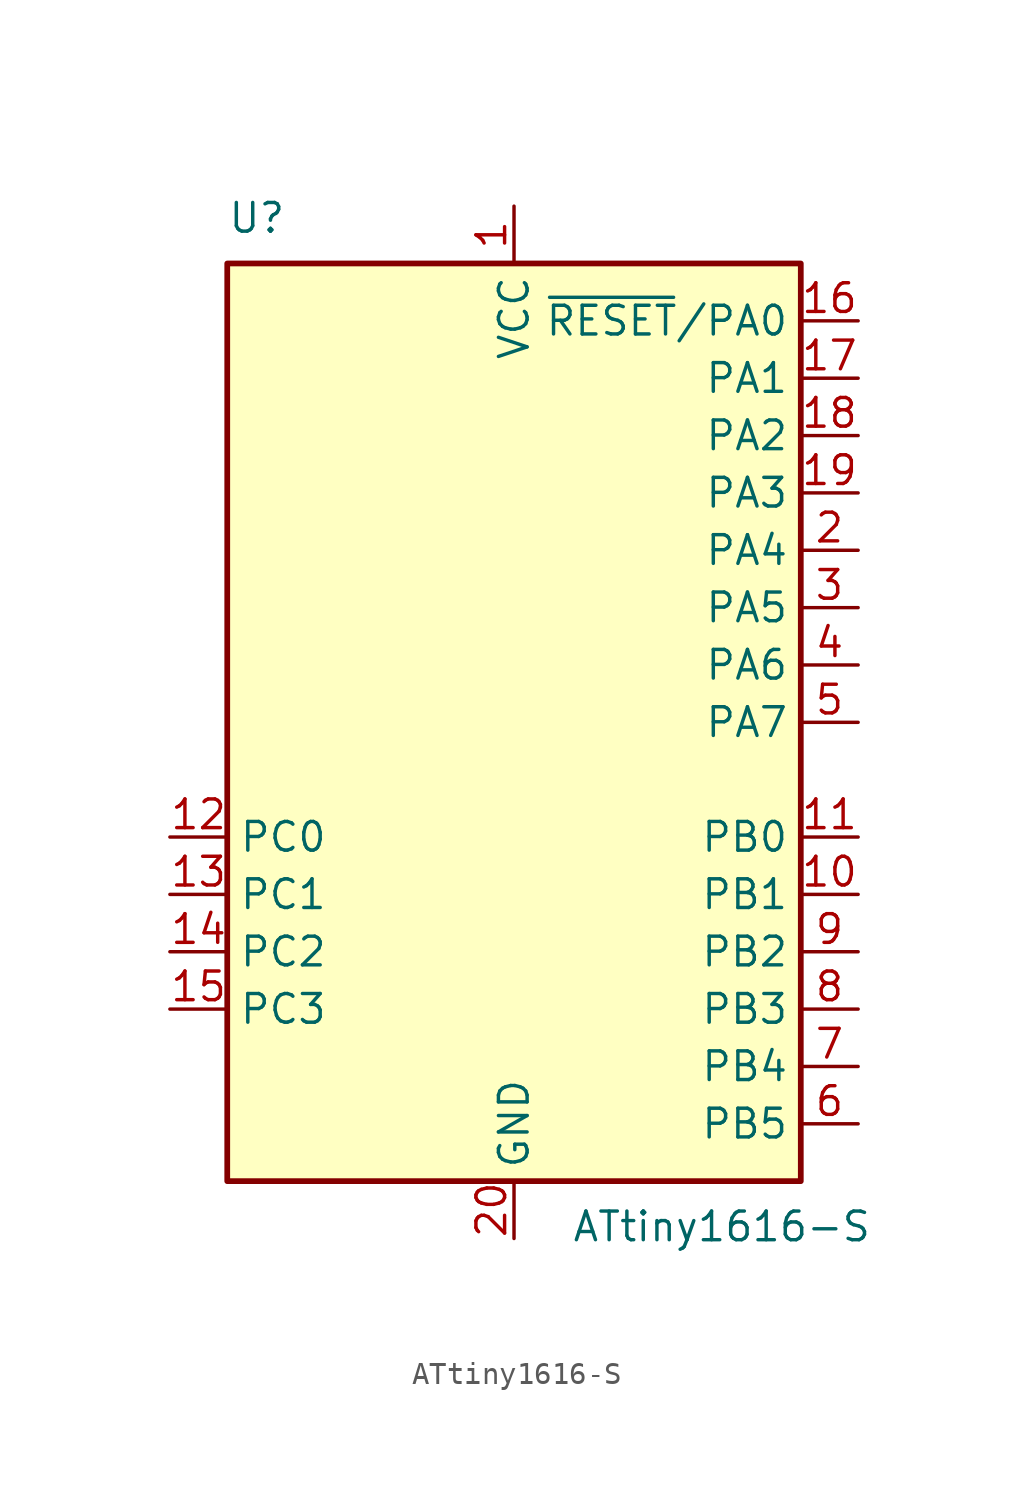
<source format=kicad_sym>
(kicad_symbol_lib
  (version 20241209)
  (generator "kicad_symbol_editor")
  (generator_version "9.0")
  (symbol "ATtiny1616-S"
    (property "Reference" "U"
      (at -12.7 21.59 0)
      (effects (font (size 1.27 1.27)) (justify left bottom)))
    (property "Value" "ATtiny1616-S"
      (at 2.54 -21.59 0)
      (effects (font (size 1.27 1.27)) (justify left top)))
    (symbol "ATtiny1616-S_0_1"
      (rectangle (start -12.7 -20.32) (end 12.7 20.32) (stroke (width 0.254) (type default)) (fill (type background))))
    (symbol "ATtiny1616-S_1_1"
      (pin bidirectional line (at -15.24 -5.08 0) (length 2.54) (name "PC0" (effects (font (size 1.27 1.27)))) (number "12" (effects (font (size 1.27 1.27)))))
      (pin bidirectional line (at -15.24 -7.62 0) (length 2.54) (name "PC1" (effects (font (size 1.27 1.27)))) (number "13" (effects (font (size 1.27 1.27)))))
      (pin bidirectional line (at -15.24 -10.16 0) (length 2.54) (name "PC2" (effects (font (size 1.27 1.27)))) (number "14" (effects (font (size 1.27 1.27)))))
      (pin bidirectional line (at -15.24 -12.7 0) (length 2.54) (name "PC3" (effects (font (size 1.27 1.27)))) (number "15" (effects (font (size 1.27 1.27)))))
      (pin power_in line (at 0 22.86 270) (length 2.54) (name "VCC" (effects (font (size 1.27 1.27)))) (number "1" (effects (font (size 1.27 1.27)))))
      (pin power_in line (at 0 -22.86 90) (length 2.54) (name "GND" (effects (font (size 1.27 1.27)))) (number "20" (effects (font (size 1.27 1.27)))))
      (pin bidirectional line (at 15.24 17.78 180) (length 2.54) (name "~{RESET}/PA0" (effects (font (size 1.27 1.27)))) (number "16" (effects (font (size 1.27 1.27)))))
      (pin bidirectional line (at 15.24 15.24 180) (length 2.54) (name "PA1" (effects (font (size 1.27 1.27)))) (number "17" (effects (font (size 1.27 1.27)))))
      (pin bidirectional line (at 15.24 12.7 180) (length 2.54) (name "PA2" (effects (font (size 1.27 1.27)))) (number "18" (effects (font (size 1.27 1.27)))))
      (pin bidirectional line (at 15.24 10.16 180) (length 2.54) (name "PA3" (effects (font (size 1.27 1.27)))) (number "19" (effects (font (size 1.27 1.27)))))
      (pin bidirectional line (at 15.24 7.62 180) (length 2.54) (name "PA4" (effects (font (size 1.27 1.27)))) (number "2" (effects (font (size 1.27 1.27)))))
      (pin bidirectional line (at 15.24 5.08 180) (length 2.54) (name "PA5" (effects (font (size 1.27 1.27)))) (number "3" (effects (font (size 1.27 1.27)))))
      (pin bidirectional line (at 15.24 2.54 180) (length 2.54) (name "PA6" (effects (font (size 1.27 1.27)))) (number "4" (effects (font (size 1.27 1.27)))))
      (pin bidirectional line (at 15.24 0 180) (length 2.54) (name "PA7" (effects (font (size 1.27 1.27)))) (number "5" (effects (font (size 1.27 1.27)))))
      (pin bidirectional line (at 15.24 -5.08 180) (length 2.54) (name "PB0" (effects (font (size 1.27 1.27)))) (number "11" (effects (font (size 1.27 1.27)))))
      (pin bidirectional line (at 15.24 -7.62 180) (length 2.54) (name "PB1" (effects (font (size 1.27 1.27)))) (number "10" (effects (font (size 1.27 1.27)))))
      (pin bidirectional line (at 15.24 -10.16 180) (length 2.54) (name "PB2" (effects (font (size 1.27 1.27)))) (number "9" (effects (font (size 1.27 1.27)))))
      (pin bidirectional line (at 15.24 -12.7 180) (length 2.54) (name "PB3" (effects (font (size 1.27 1.27)))) (number "8" (effects (font (size 1.27 1.27)))))
      (pin bidirectional line (at 15.24 -15.24 180) (length 2.54) (name "PB4" (effects (font (size 1.27 1.27)))) (number "7" (effects (font (size 1.27 1.27)))))
      (pin bidirectional line (at 15.24 -17.78 180) (length 2.54) (name "PB5" (effects (font (size 1.27 1.27)))) (number "6" (effects (font (size 1.27 1.27))))))))
</source>
